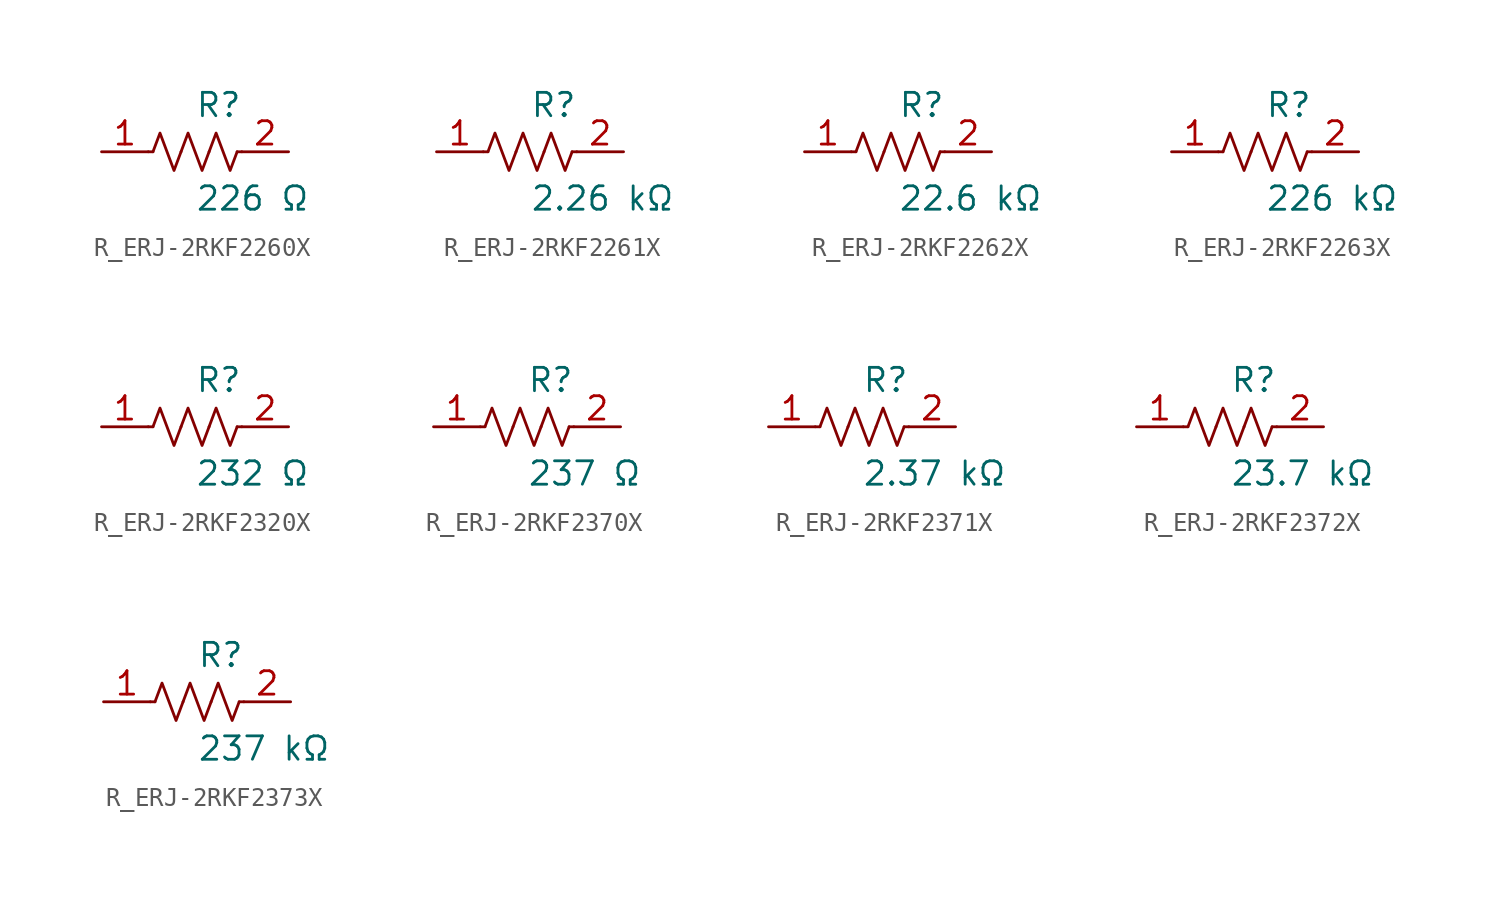
<source format=kicad_sym>
(kicad_symbol_lib
  (version 20231120)
  (generator kicad_symbol_editor)
  (generator_version 8.0)
  (symbol "R_ERJ-2RKF2260X"
    (pin_names
      (offset 0.254))
    (property "Reference" "R"
      (at 0.0 2.54 0)
      (effects (font (size 1.27 1.27)) (justify left)))
    (property "Value" "226 Ω"
      (at 0.0 -2.54 0)
      (effects (font (size 1.27 1.27)) (justify left)))
    (symbol "R_ERJ-2RKF2260X_0_1"
      (polyline (pts (xy 2.286 0) (xy 2.54 0)) (stroke (width 0) (type default)) (fill (type none)))
      (polyline (pts (xy -2.286 0) (xy -2.54 0)) (stroke (width 0) (type default)) (fill (type none)))
      (polyline (pts (xy 0.762 0) (xy 1.143 1.016) (xy 1.524 0) (xy 1.905 -1.016) (xy 2.286 0)) (stroke (width 0) (type default)) (fill (type none)))
      (polyline (pts (xy -0.762 0) (xy -0.381 1.016) (xy 0 0) (xy 0.381 -1.016) (xy 0.762 0)) (stroke (width 0) (type default)) (fill (type none)))
      (polyline (pts (xy -2.286 0) (xy -1.905 1.016) (xy -1.524 0) (xy -1.143 -1.016) (xy -0.762 0)) (stroke (width 0) (type default)) (fill (type none))))
    (pin unspecified line
      (at -5.08 0 0)
      (length 2.54)
      (name "" (effects (font (size 1.27 1.27))))
      (number "1" (effects (font (size 1.27 1.27)))))
    (pin unspecified line
      (at 5.08 0 180)
      (length 2.54)
      (name "" (effects (font (size 1.27 1.27))))
      (number "2" (effects (font (size 1.27 1.27))))))
  (symbol "R_ERJ-2RKF2261X"
    (pin_names
      (offset 0.254))
    (property "Reference" "R"
      (at 0.0 2.54 0)
      (effects (font (size 1.27 1.27)) (justify left)))
    (property "Value" "2.26 kΩ"
      (at 0.0 -2.54 0)
      (effects (font (size 1.27 1.27)) (justify left)))
    (symbol "R_ERJ-2RKF2261X_0_1"
      (polyline (pts (xy 2.286 0) (xy 2.54 0)) (stroke (width 0) (type default)) (fill (type none)))
      (polyline (pts (xy -2.286 0) (xy -2.54 0)) (stroke (width 0) (type default)) (fill (type none)))
      (polyline (pts (xy 0.762 0) (xy 1.143 1.016) (xy 1.524 0) (xy 1.905 -1.016) (xy 2.286 0)) (stroke (width 0) (type default)) (fill (type none)))
      (polyline (pts (xy -0.762 0) (xy -0.381 1.016) (xy 0 0) (xy 0.381 -1.016) (xy 0.762 0)) (stroke (width 0) (type default)) (fill (type none)))
      (polyline (pts (xy -2.286 0) (xy -1.905 1.016) (xy -1.524 0) (xy -1.143 -1.016) (xy -0.762 0)) (stroke (width 0) (type default)) (fill (type none))))
    (pin unspecified line
      (at -5.08 0 0)
      (length 2.54)
      (name "" (effects (font (size 1.27 1.27))))
      (number "1" (effects (font (size 1.27 1.27)))))
    (pin unspecified line
      (at 5.08 0 180)
      (length 2.54)
      (name "" (effects (font (size 1.27 1.27))))
      (number "2" (effects (font (size 1.27 1.27))))))
  (symbol "R_ERJ-2RKF2262X"
    (pin_names
      (offset 0.254))
    (property "Reference" "R"
      (at 0.0 2.54 0)
      (effects (font (size 1.27 1.27)) (justify left)))
    (property "Value" "22.6 kΩ"
      (at 0.0 -2.54 0)
      (effects (font (size 1.27 1.27)) (justify left)))
    (symbol "R_ERJ-2RKF2262X_0_1"
      (polyline (pts (xy 2.286 0) (xy 2.54 0)) (stroke (width 0) (type default)) (fill (type none)))
      (polyline (pts (xy -2.286 0) (xy -2.54 0)) (stroke (width 0) (type default)) (fill (type none)))
      (polyline (pts (xy 0.762 0) (xy 1.143 1.016) (xy 1.524 0) (xy 1.905 -1.016) (xy 2.286 0)) (stroke (width 0) (type default)) (fill (type none)))
      (polyline (pts (xy -0.762 0) (xy -0.381 1.016) (xy 0 0) (xy 0.381 -1.016) (xy 0.762 0)) (stroke (width 0) (type default)) (fill (type none)))
      (polyline (pts (xy -2.286 0) (xy -1.905 1.016) (xy -1.524 0) (xy -1.143 -1.016) (xy -0.762 0)) (stroke (width 0) (type default)) (fill (type none))))
    (pin unspecified line
      (at -5.08 0 0)
      (length 2.54)
      (name "" (effects (font (size 1.27 1.27))))
      (number "1" (effects (font (size 1.27 1.27)))))
    (pin unspecified line
      (at 5.08 0 180)
      (length 2.54)
      (name "" (effects (font (size 1.27 1.27))))
      (number "2" (effects (font (size 1.27 1.27))))))
  (symbol "R_ERJ-2RKF2263X"
    (pin_names
      (offset 0.254))
    (property "Reference" "R"
      (at 0.0 2.54 0)
      (effects (font (size 1.27 1.27)) (justify left)))
    (property "Value" "226 kΩ"
      (at 0.0 -2.54 0)
      (effects (font (size 1.27 1.27)) (justify left)))
    (symbol "R_ERJ-2RKF2263X_0_1"
      (polyline (pts (xy 2.286 0) (xy 2.54 0)) (stroke (width 0) (type default)) (fill (type none)))
      (polyline (pts (xy -2.286 0) (xy -2.54 0)) (stroke (width 0) (type default)) (fill (type none)))
      (polyline (pts (xy 0.762 0) (xy 1.143 1.016) (xy 1.524 0) (xy 1.905 -1.016) (xy 2.286 0)) (stroke (width 0) (type default)) (fill (type none)))
      (polyline (pts (xy -0.762 0) (xy -0.381 1.016) (xy 0 0) (xy 0.381 -1.016) (xy 0.762 0)) (stroke (width 0) (type default)) (fill (type none)))
      (polyline (pts (xy -2.286 0) (xy -1.905 1.016) (xy -1.524 0) (xy -1.143 -1.016) (xy -0.762 0)) (stroke (width 0) (type default)) (fill (type none))))
    (pin unspecified line
      (at -5.08 0 0)
      (length 2.54)
      (name "" (effects (font (size 1.27 1.27))))
      (number "1" (effects (font (size 1.27 1.27)))))
    (pin unspecified line
      (at 5.08 0 180)
      (length 2.54)
      (name "" (effects (font (size 1.27 1.27))))
      (number "2" (effects (font (size 1.27 1.27))))))
  (symbol "R_ERJ-2RKF2320X"
    (pin_names
      (offset 0.254))
    (property "Reference" "R"
      (at 0.0 2.54 0)
      (effects (font (size 1.27 1.27)) (justify left)))
    (property "Value" "232 Ω"
      (at 0.0 -2.54 0)
      (effects (font (size 1.27 1.27)) (justify left)))
    (symbol "R_ERJ-2RKF2320X_0_1"
      (polyline (pts (xy 2.286 0) (xy 2.54 0)) (stroke (width 0) (type default)) (fill (type none)))
      (polyline (pts (xy -2.286 0) (xy -2.54 0)) (stroke (width 0) (type default)) (fill (type none)))
      (polyline (pts (xy 0.762 0) (xy 1.143 1.016) (xy 1.524 0) (xy 1.905 -1.016) (xy 2.286 0)) (stroke (width 0) (type default)) (fill (type none)))
      (polyline (pts (xy -0.762 0) (xy -0.381 1.016) (xy 0 0) (xy 0.381 -1.016) (xy 0.762 0)) (stroke (width 0) (type default)) (fill (type none)))
      (polyline (pts (xy -2.286 0) (xy -1.905 1.016) (xy -1.524 0) (xy -1.143 -1.016) (xy -0.762 0)) (stroke (width 0) (type default)) (fill (type none))))
    (pin unspecified line
      (at -5.08 0 0)
      (length 2.54)
      (name "" (effects (font (size 1.27 1.27))))
      (number "1" (effects (font (size 1.27 1.27)))))
    (pin unspecified line
      (at 5.08 0 180)
      (length 2.54)
      (name "" (effects (font (size 1.27 1.27))))
      (number "2" (effects (font (size 1.27 1.27))))))
  (symbol "R_ERJ-2RKF2370X"
    (pin_names
      (offset 0.254))
    (property "Reference" "R"
      (at 0.0 2.54 0)
      (effects (font (size 1.27 1.27)) (justify left)))
    (property "Value" "237 Ω"
      (at 0.0 -2.54 0)
      (effects (font (size 1.27 1.27)) (justify left)))
    (symbol "R_ERJ-2RKF2370X_0_1"
      (polyline (pts (xy 2.286 0) (xy 2.54 0)) (stroke (width 0) (type default)) (fill (type none)))
      (polyline (pts (xy -2.286 0) (xy -2.54 0)) (stroke (width 0) (type default)) (fill (type none)))
      (polyline (pts (xy 0.762 0) (xy 1.143 1.016) (xy 1.524 0) (xy 1.905 -1.016) (xy 2.286 0)) (stroke (width 0) (type default)) (fill (type none)))
      (polyline (pts (xy -0.762 0) (xy -0.381 1.016) (xy 0 0) (xy 0.381 -1.016) (xy 0.762 0)) (stroke (width 0) (type default)) (fill (type none)))
      (polyline (pts (xy -2.286 0) (xy -1.905 1.016) (xy -1.524 0) (xy -1.143 -1.016) (xy -0.762 0)) (stroke (width 0) (type default)) (fill (type none))))
    (pin unspecified line
      (at -5.08 0 0)
      (length 2.54)
      (name "" (effects (font (size 1.27 1.27))))
      (number "1" (effects (font (size 1.27 1.27)))))
    (pin unspecified line
      (at 5.08 0 180)
      (length 2.54)
      (name "" (effects (font (size 1.27 1.27))))
      (number "2" (effects (font (size 1.27 1.27))))))
  (symbol "R_ERJ-2RKF2371X"
    (pin_names
      (offset 0.254))
    (property "Reference" "R"
      (at 0.0 2.54 0)
      (effects (font (size 1.27 1.27)) (justify left)))
    (property "Value" "2.37 kΩ"
      (at 0.0 -2.54 0)
      (effects (font (size 1.27 1.27)) (justify left)))
    (symbol "R_ERJ-2RKF2371X_0_1"
      (polyline (pts (xy 2.286 0) (xy 2.54 0)) (stroke (width 0) (type default)) (fill (type none)))
      (polyline (pts (xy -2.286 0) (xy -2.54 0)) (stroke (width 0) (type default)) (fill (type none)))
      (polyline (pts (xy 0.762 0) (xy 1.143 1.016) (xy 1.524 0) (xy 1.905 -1.016) (xy 2.286 0)) (stroke (width 0) (type default)) (fill (type none)))
      (polyline (pts (xy -0.762 0) (xy -0.381 1.016) (xy 0 0) (xy 0.381 -1.016) (xy 0.762 0)) (stroke (width 0) (type default)) (fill (type none)))
      (polyline (pts (xy -2.286 0) (xy -1.905 1.016) (xy -1.524 0) (xy -1.143 -1.016) (xy -0.762 0)) (stroke (width 0) (type default)) (fill (type none))))
    (pin unspecified line
      (at -5.08 0 0)
      (length 2.54)
      (name "" (effects (font (size 1.27 1.27))))
      (number "1" (effects (font (size 1.27 1.27)))))
    (pin unspecified line
      (at 5.08 0 180)
      (length 2.54)
      (name "" (effects (font (size 1.27 1.27))))
      (number "2" (effects (font (size 1.27 1.27))))))
  (symbol "R_ERJ-2RKF2372X"
    (pin_names
      (offset 0.254))
    (property "Reference" "R"
      (at 0.0 2.54 0)
      (effects (font (size 1.27 1.27)) (justify left)))
    (property "Value" "23.7 kΩ"
      (at 0.0 -2.54 0)
      (effects (font (size 1.27 1.27)) (justify left)))
    (symbol "R_ERJ-2RKF2372X_0_1"
      (polyline (pts (xy 2.286 0) (xy 2.54 0)) (stroke (width 0) (type default)) (fill (type none)))
      (polyline (pts (xy -2.286 0) (xy -2.54 0)) (stroke (width 0) (type default)) (fill (type none)))
      (polyline (pts (xy 0.762 0) (xy 1.143 1.016) (xy 1.524 0) (xy 1.905 -1.016) (xy 2.286 0)) (stroke (width 0) (type default)) (fill (type none)))
      (polyline (pts (xy -0.762 0) (xy -0.381 1.016) (xy 0 0) (xy 0.381 -1.016) (xy 0.762 0)) (stroke (width 0) (type default)) (fill (type none)))
      (polyline (pts (xy -2.286 0) (xy -1.905 1.016) (xy -1.524 0) (xy -1.143 -1.016) (xy -0.762 0)) (stroke (width 0) (type default)) (fill (type none))))
    (pin unspecified line
      (at -5.08 0 0)
      (length 2.54)
      (name "" (effects (font (size 1.27 1.27))))
      (number "1" (effects (font (size 1.27 1.27)))))
    (pin unspecified line
      (at 5.08 0 180)
      (length 2.54)
      (name "" (effects (font (size 1.27 1.27))))
      (number "2" (effects (font (size 1.27 1.27))))))
  (symbol "R_ERJ-2RKF2373X"
    (pin_names
      (offset 0.254))
    (property "Reference" "R"
      (at 0.0 2.54 0)
      (effects (font (size 1.27 1.27)) (justify left)))
    (property "Value" "237 kΩ"
      (at 0.0 -2.54 0)
      (effects (font (size 1.27 1.27)) (justify left)))
    (symbol "R_ERJ-2RKF2373X_0_1"
      (polyline (pts (xy 2.286 0) (xy 2.54 0)) (stroke (width 0) (type default)) (fill (type none)))
      (polyline (pts (xy -2.286 0) (xy -2.54 0)) (stroke (width 0) (type default)) (fill (type none)))
      (polyline (pts (xy 0.762 0) (xy 1.143 1.016) (xy 1.524 0) (xy 1.905 -1.016) (xy 2.286 0)) (stroke (width 0) (type default)) (fill (type none)))
      (polyline (pts (xy -0.762 0) (xy -0.381 1.016) (xy 0 0) (xy 0.381 -1.016) (xy 0.762 0)) (stroke (width 0) (type default)) (fill (type none)))
      (polyline (pts (xy -2.286 0) (xy -1.905 1.016) (xy -1.524 0) (xy -1.143 -1.016) (xy -0.762 0)) (stroke (width 0) (type default)) (fill (type none))))
    (pin unspecified line
      (at -5.08 0 0)
      (length 2.54)
      (name "" (effects (font (size 1.27 1.27))))
      (number "1" (effects (font (size 1.27 1.27)))))
    (pin unspecified line
      (at 5.08 0 180)
      (length 2.54)
      (name "" (effects (font (size 1.27 1.27))))
      (number "2" (effects (font (size 1.27 1.27)))))))
</source>
